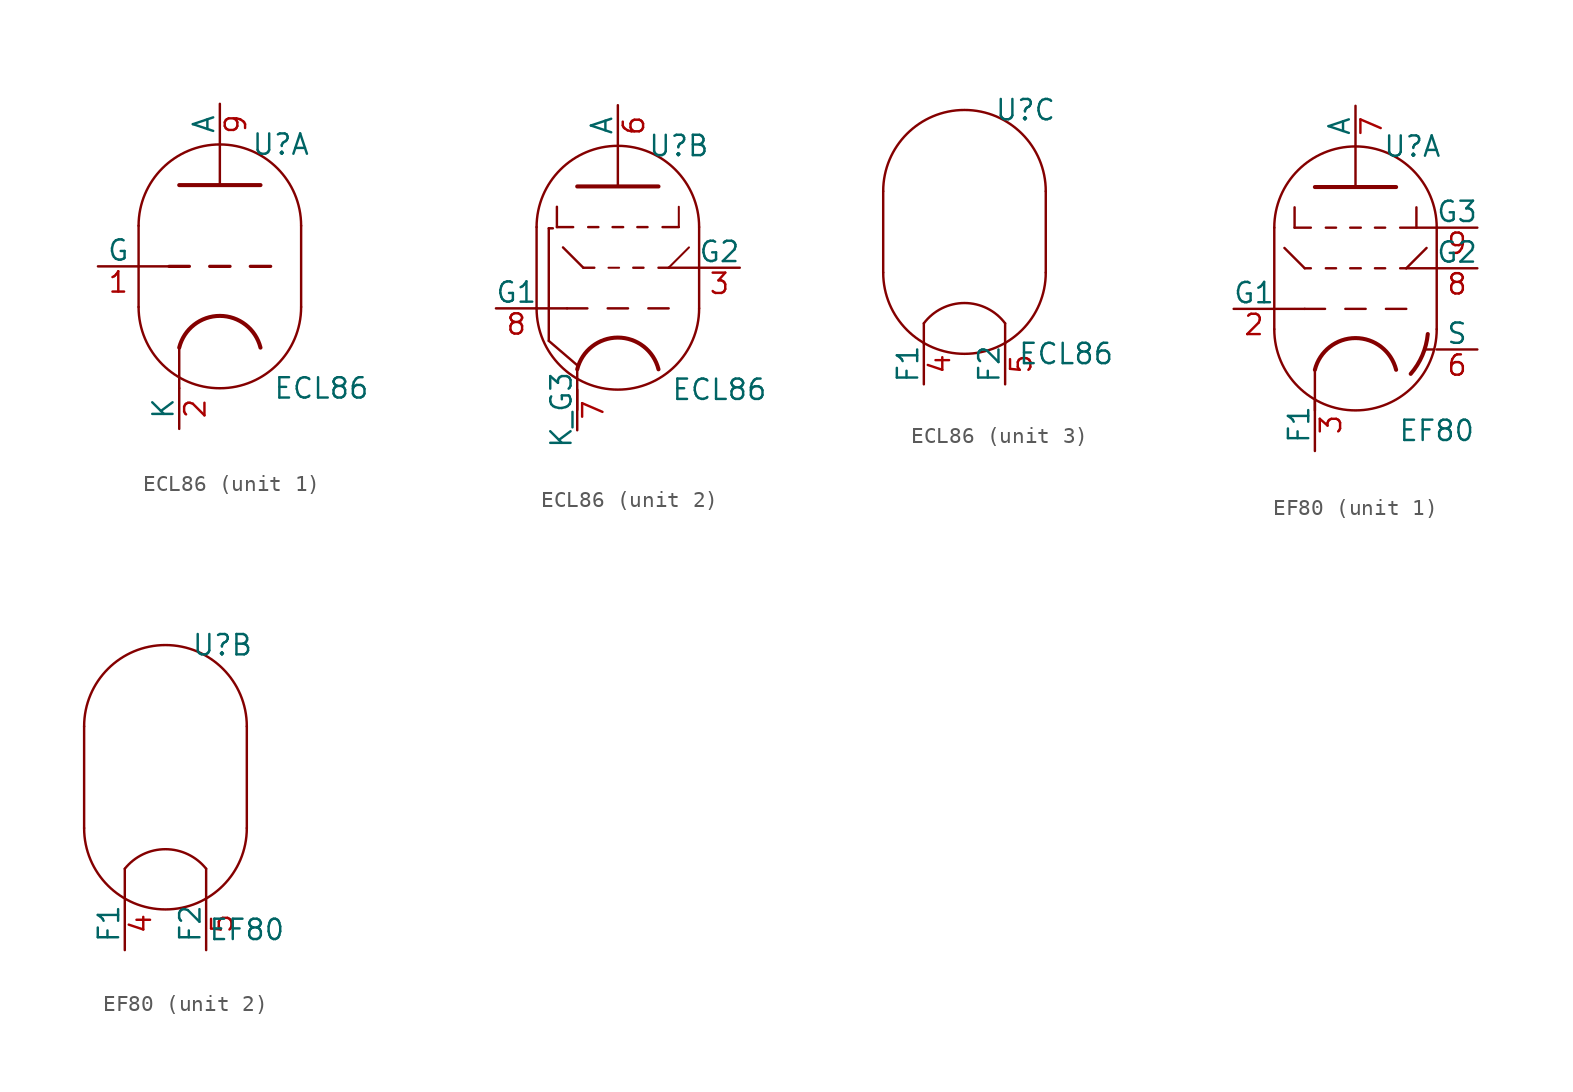
<source format=kicad_sym>
(kicad_symbol_lib
  (version 20201005)
  (generator kicad_symbol_editor)
  (symbol "Valve:ECL86"
    (pin_names
      (offset 0))
    (property "Reference" "U"
      (at 3.81 7.62 0)
      (effects (font (size 1.27 1.27))))
    (property "Value" "ECL86"
      (at 6.35 -7.62 0)
      (effects (font (size 1.27 1.27))))
    (property "ki_locked" ""
      (at 0 0 0)
      (effects (font (size 1.27 1.27))))
    (symbol "ECL86_0_1"
      (arc (start -5.08 -2.54) (end 5.08 -2.54) (radius (at 0 -2.54) (length 5.08) (angles -179.9 -0.1)) (stroke (width 0)) (fill (type none)))
      (arc (start 5.08 2.54) (end -5.08 2.54) (radius (at 0 2.54) (length 5.08) (angles 0.1 179.9)) (stroke (width 0)) (fill (type none)))
      (polyline (pts (xy 5.08 2.54) (xy 5.08 -2.54)) (stroke (width 0)) (fill (type none)))
      (polyline (pts (xy -5.08 2.54) (xy -5.08 -2.54) (xy -5.08 -2.54) (xy -5.08 -2.54) (xy -5.08 -2.54)) (stroke (width 0)) (fill (type none))))
    (symbol "ECL86_1_1"
      (arc (start 2.54 -5.08) (end -2.54 -5.08) (radius (at 0 -5.715) (length 2.6162) (angles 14.2 165.9)) (stroke (width 0.254)) (fill (type none)))
      (polyline (pts (xy -5.08 0) (xy -3.175 0)) (stroke (width 0)) (fill (type none)))
      (polyline (pts (xy -2.54 -5.08) (xy -2.54 -7.62)) (stroke (width 0)) (fill (type none)))
      (polyline (pts (xy -1.905 0) (xy -3.175 0)) (stroke (width 0.203)) (fill (type none)))
      (polyline (pts (xy -0.635 0) (xy 0.635 0)) (stroke (width 0.203)) (fill (type none)))
      (polyline (pts (xy 0 5.08) (xy 0 7.62)) (stroke (width 0)) (fill (type none)))
      (polyline (pts (xy 1.905 0) (xy 3.175 0)) (stroke (width 0.203)) (fill (type none)))
      (polyline (pts (xy -2.54 5.08) (xy 2.54 5.08) (xy 2.54 5.08)) (stroke (width 0.254)) (fill (type none)))
      (pin input line (at -7.62 0 0) (length 2.54) (name "G" (effects (font (size 1.27 1.27)))) (number "1" (effects (font (size 1.27 1.27)))))
      (pin bidirectional line (at -2.54 -10.16 90) (length 2.54) (name "K" (effects (font (size 1.27 1.27)))) (number "2" (effects (font (size 1.27 1.27)))))
      (pin output line (at 0 10.16 270) (length 2.54) (name "A" (effects (font (size 1.27 1.27)))) (number "9" (effects (font (size 1.27 1.27))))))
    (symbol "ECL86_2_0"
      (polyline (pts (xy -2.54 -6.35) (xy -2.54 -8.89)) (stroke (width 0)) (fill (type none)))
      (polyline (pts (xy -0.635 -2.54) (xy 0.635 -2.54)) (stroke (width 0.152)) (fill (type none)))
      (polyline (pts (xy 3.175 0) (xy 5.08 0)) (stroke (width 0)) (fill (type none))))
    (symbol "ECL86_2_1"
      (arc (start 2.54 -6.35) (end -2.54 -6.35) (radius (at 0 -6.985) (length 2.6162) (angles 14.2 165.9)) (stroke (width 0.254)) (fill (type none)))
      (polyline (pts (xy -5.08 -2.54) (xy -3.175 -2.54)) (stroke (width 0)) (fill (type none)))
      (polyline (pts (xy -4.318 -4.572) (xy -4.318 2.464)) (stroke (width 0.152)) (fill (type none)))
      (polyline (pts (xy -4.318 -4.572) (xy -2.54 -6.096)) (stroke (width 0.152)) (fill (type none)))
      (polyline (pts (xy -4.064 2.464) (xy -4.318 2.464)) (stroke (width 0.152)) (fill (type none)))
      (polyline (pts (xy -3.81 2.54) (xy -2.794 2.54)) (stroke (width 0.152)) (fill (type none)))
      (polyline (pts (xy -3.81 3.81) (xy -3.81 2.54)) (stroke (width 0.152)) (fill (type none)))
      (polyline (pts (xy -3.429 1.27) (xy -2.159 0)) (stroke (width 0.152)) (fill (type none)))
      (polyline (pts (xy -2.159 0) (xy -1.473 0)) (stroke (width 0.152)) (fill (type none)))
      (polyline (pts (xy -1.905 -2.54) (xy -3.175 -2.54)) (stroke (width 0.152)) (fill (type none)))
      (polyline (pts (xy -1.854 2.54) (xy -1.219 2.54)) (stroke (width 0.152)) (fill (type none)))
      (polyline (pts (xy -0.584 0) (xy 0.076 0)) (stroke (width 0.127)) (fill (type none)))
      (polyline (pts (xy -0.33 2.54) (xy 0.33 2.54)) (stroke (width 0.152)) (fill (type none)))
      (polyline (pts (xy 0 5.08) (xy 0 7.62)) (stroke (width 0)) (fill (type none)))
      (polyline (pts (xy 0.965 0) (xy 1.6 0)) (stroke (width 0.152)) (fill (type none)))
      (polyline (pts (xy 1.219 2.54) (xy 1.854 2.54)) (stroke (width 0.152)) (fill (type none)))
      (polyline (pts (xy 1.905 -2.54) (xy 3.175 -2.54)) (stroke (width 0.152)) (fill (type none)))
      (polyline (pts (xy 2.54 0) (xy 3.175 0)) (stroke (width 0.152)) (fill (type none)))
      (polyline (pts (xy 3.81 2.54) (xy 2.794 2.54)) (stroke (width 0.152)) (fill (type none)))
      (polyline (pts (xy 3.81 3.81) (xy 3.81 2.54)) (stroke (width 0.127)) (fill (type none)))
      (polyline (pts (xy 4.445 1.27) (xy 3.175 0)) (stroke (width 0.127)) (fill (type none)))
      (polyline (pts (xy -2.54 5.08) (xy 2.54 5.08) (xy 2.54 5.08)) (stroke (width 0.254)) (fill (type none)))
      (pin input line (at 7.62 0 180) (length 2.54) (name "G2" (effects (font (size 1.27 1.27)))) (number "3" (effects (font (size 1.27 1.27)))))
      (pin output line (at 0 10.16 270) (length 2.54) (name "A" (effects (font (size 1.27 1.27)))) (number "6" (effects (font (size 1.27 1.27)))))
      (pin bidirectional line (at -2.54 -10.16 90) (length 2.54) (name "K_G3" (effects (font (size 1.27 1.27)))) (number "7" (effects (font (size 1.27 1.27)))))
      (pin input line (at -7.62 -2.54 0) (length 2.54) (name "G1" (effects (font (size 1.27 1.27)))) (number "8" (effects (font (size 1.27 1.27))))))
    (symbol "ECL86_3_1"
      (arc (start 2.54 -5.715) (end -2.54 -5.715) (radius (at 0 -7.62) (length 3.175) (angles 36.8 143.1)) (stroke (width 0)) (fill (type none)))
      (polyline (pts (xy -2.54 -6.985) (xy -2.54 -5.715) (xy -2.54 -5.715)) (stroke (width 0)) (fill (type none)))
      (polyline (pts (xy 2.54 -6.985) (xy 2.54 -5.715) (xy 2.54 -5.715)) (stroke (width 0)) (fill (type none)))
      (pin power_in line (at -2.54 -9.525 90) (length 2.54) (name "F1" (effects (font (size 1.27 1.27)))) (number "4" (effects (font (size 1.27 1.27)))))
      (pin power_in line (at 2.54 -9.525 90) (length 2.54) (name "F2" (effects (font (size 1.27 1.27)))) (number "5" (effects (font (size 1.27 1.27)))))))
  (symbol "Valve:EF80"
    (pin_names
      (offset 0))
    (property "Reference" "U"
      (at 3.556 8.89 0)
      (effects (font (size 1.27 1.27))))
    (property "Value" "EF80"
      (at 5.08 -8.89 0)
      (effects (font (size 1.27 1.27))))
    (property "ki_locked" ""
      (at 0 0 0)
      (effects (font (size 1.27 1.27))))
    (symbol "EF80_0_1"
      (arc (start -5.08 -2.54) (end 5.08 -2.54) (radius (at 0 -2.54) (length 5.08) (angles -179.9 -0.1)) (stroke (width 0)) (fill (type none)))
      (arc (start 5.08 3.81) (end -5.08 3.81) (radius (at 0 3.81) (length 5.08) (angles 0.1 179.9)) (stroke (width 0)) (fill (type none)))
      (polyline (pts (xy -5.08 3.81) (xy -5.08 -2.54) (xy -5.08 -2.54)) (stroke (width 0)) (fill (type none)))
      (polyline (pts (xy 5.08 -2.54) (xy 5.08 3.81) (xy 5.08 3.81)) (stroke (width 0)) (fill (type none))))
    (symbol "EF80_1_0"
      (polyline (pts (xy -5.08 -1.27) (xy -3.175 -1.27)) (stroke (width 0)) (fill (type none)))
      (polyline (pts (xy -2.54 -5.08) (xy -2.54 -7.62)) (stroke (width 0)) (fill (type none)))
      (polyline (pts (xy -0.635 -1.27) (xy 0.635 -1.27)) (stroke (width 0.152)) (fill (type none)))
      (polyline (pts (xy 0 6.35) (xy 0 8.89)) (stroke (width 0)) (fill (type none)))
      (polyline (pts (xy 1.905 -1.27) (xy 3.175 -1.27)) (stroke (width 0.152)) (fill (type none)))
      (polyline (pts (xy 3.175 1.27) (xy 5.08 1.27)) (stroke (width 0)) (fill (type none)))
      (polyline (pts (xy 3.886 3.81) (xy 5.08 3.81)) (stroke (width 0)) (fill (type none)))
      (polyline (pts (xy 4.318 -3.785) (xy 4.343 -3.81)) (stroke (width 0)) (fill (type none)))
      (polyline (pts (xy 4.928 -3.81) (xy 4.343 -3.81)) (stroke (width 0)) (fill (type none))))
    (symbol "EF80_1_1"
      (arc (start 3.4544 -5.334) (end 4.5212 -2.8448) (radius (at -0.0508 -2.3876) (length 4.572) (angles -39.8 -5.8)) (stroke (width 0.254)) (fill (type none)))
      (arc (start 2.54 -5.08) (end -2.54 -5.08) (radius (at 0 -5.715) (length 2.6162) (angles 14.2 165.9)) (stroke (width 0.254)) (fill (type none)))
      (polyline (pts (xy -4.445 2.54) (xy -3.175 1.27)) (stroke (width 0.152)) (fill (type none)))
      (polyline (pts (xy -3.81 3.81) (xy -2.794 3.81)) (stroke (width 0.152)) (fill (type none)))
      (polyline (pts (xy -3.81 5.08) (xy -3.81 3.81)) (stroke (width 0.152)) (fill (type none)))
      (polyline (pts (xy -3.175 1.27) (xy -2.794 1.27)) (stroke (width 0.152)) (fill (type none)))
      (polyline (pts (xy -1.905 -1.27) (xy -3.175 -1.27)) (stroke (width 0.152)) (fill (type none)))
      (polyline (pts (xy -1.854 1.27) (xy -1.219 1.27)) (stroke (width 0.152)) (fill (type none)))
      (polyline (pts (xy -1.854 3.81) (xy -1.219 3.81)) (stroke (width 0.152)) (fill (type none)))
      (polyline (pts (xy -0.33 1.27) (xy 0.33 1.27)) (stroke (width 0.152)) (fill (type none)))
      (polyline (pts (xy -0.33 3.81) (xy 0.33 3.81)) (stroke (width 0.152)) (fill (type none)))
      (polyline (pts (xy 1.219 1.27) (xy 1.854 1.27)) (stroke (width 0.152)) (fill (type none)))
      (polyline (pts (xy 1.219 3.81) (xy 1.854 3.81)) (stroke (width 0.152)) (fill (type none)))
      (polyline (pts (xy 2.794 1.27) (xy 3.175 1.27)) (stroke (width 0.152)) (fill (type none)))
      (polyline (pts (xy 3.81 3.81) (xy 2.794 3.81)) (stroke (width 0.152)) (fill (type none)))
      (polyline (pts (xy 3.81 5.08) (xy 3.81 3.81)) (stroke (width 0.152)) (fill (type none)))
      (polyline (pts (xy 4.445 2.54) (xy 3.175 1.27)) (stroke (width 0.152)) (fill (type none)))
      (polyline (pts (xy -2.54 6.35) (xy 2.54 6.35) (xy 2.54 6.35)) (stroke (width 0.254)) (fill (type none)))
      (pin input line (at -7.62 -1.27 0) (length 2.54) (name "G1" (effects (font (size 1.27 1.27)))) (number "2" (effects (font (size 1.27 1.27)))))
      (pin power_in line (at -2.54 -10.16 90) (length 3.302) (name "F1" (effects (font (size 1.27 1.27)))) (number "3" (effects (font (size 1.27 1.27)))))
      (pin input line (at 7.62 -3.81 180) (length 2.54) (name "S" (effects (font (size 1.27 1.27)))) (number "6" (effects (font (size 1.27 1.27)))))
      (pin output line (at 0 11.43 270) (length 2.54) (name "A" (effects (font (size 1.27 1.27)))) (number "7" (effects (font (size 1.27 1.27)))))
      (pin input line (at 7.62 1.27 180) (length 2.54) (name "G2" (effects (font (size 1.27 1.27)))) (number "8" (effects (font (size 1.27 1.27)))))
      (pin input line (at 7.62 3.81 180) (length 2.54) (name "G3" (effects (font (size 1.27 1.27)))) (number "9" (effects (font (size 1.27 1.27))))))
    (symbol "EF80_2_1"
      (arc (start 2.54 -5.08) (end -2.54 -5.08) (radius (at 0 -7.112) (length 3.2512) (angles 38.6 141.3)) (stroke (width 0)) (fill (type none)))
      (polyline (pts (xy -2.54 -6.858) (xy -2.54 -5.08) (xy -2.54 -5.08)) (stroke (width 0)) (fill (type none)))
      (polyline (pts (xy 2.54 -6.858) (xy 2.54 -5.08) (xy 2.54 -5.08)) (stroke (width 0)) (fill (type none)))
      (pin power_in line (at -2.54 -10.16 90) (length 3.302) (name "F1" (effects (font (size 1.27 1.27)))) (number "4" (effects (font (size 1.27 1.27)))))
      (pin power_in line (at 2.54 -10.16 90) (length 3.302) (name "F2" (effects (font (size 1.27 1.27)))) (number "5" (effects (font (size 1.27 1.27))))))))
</source>
